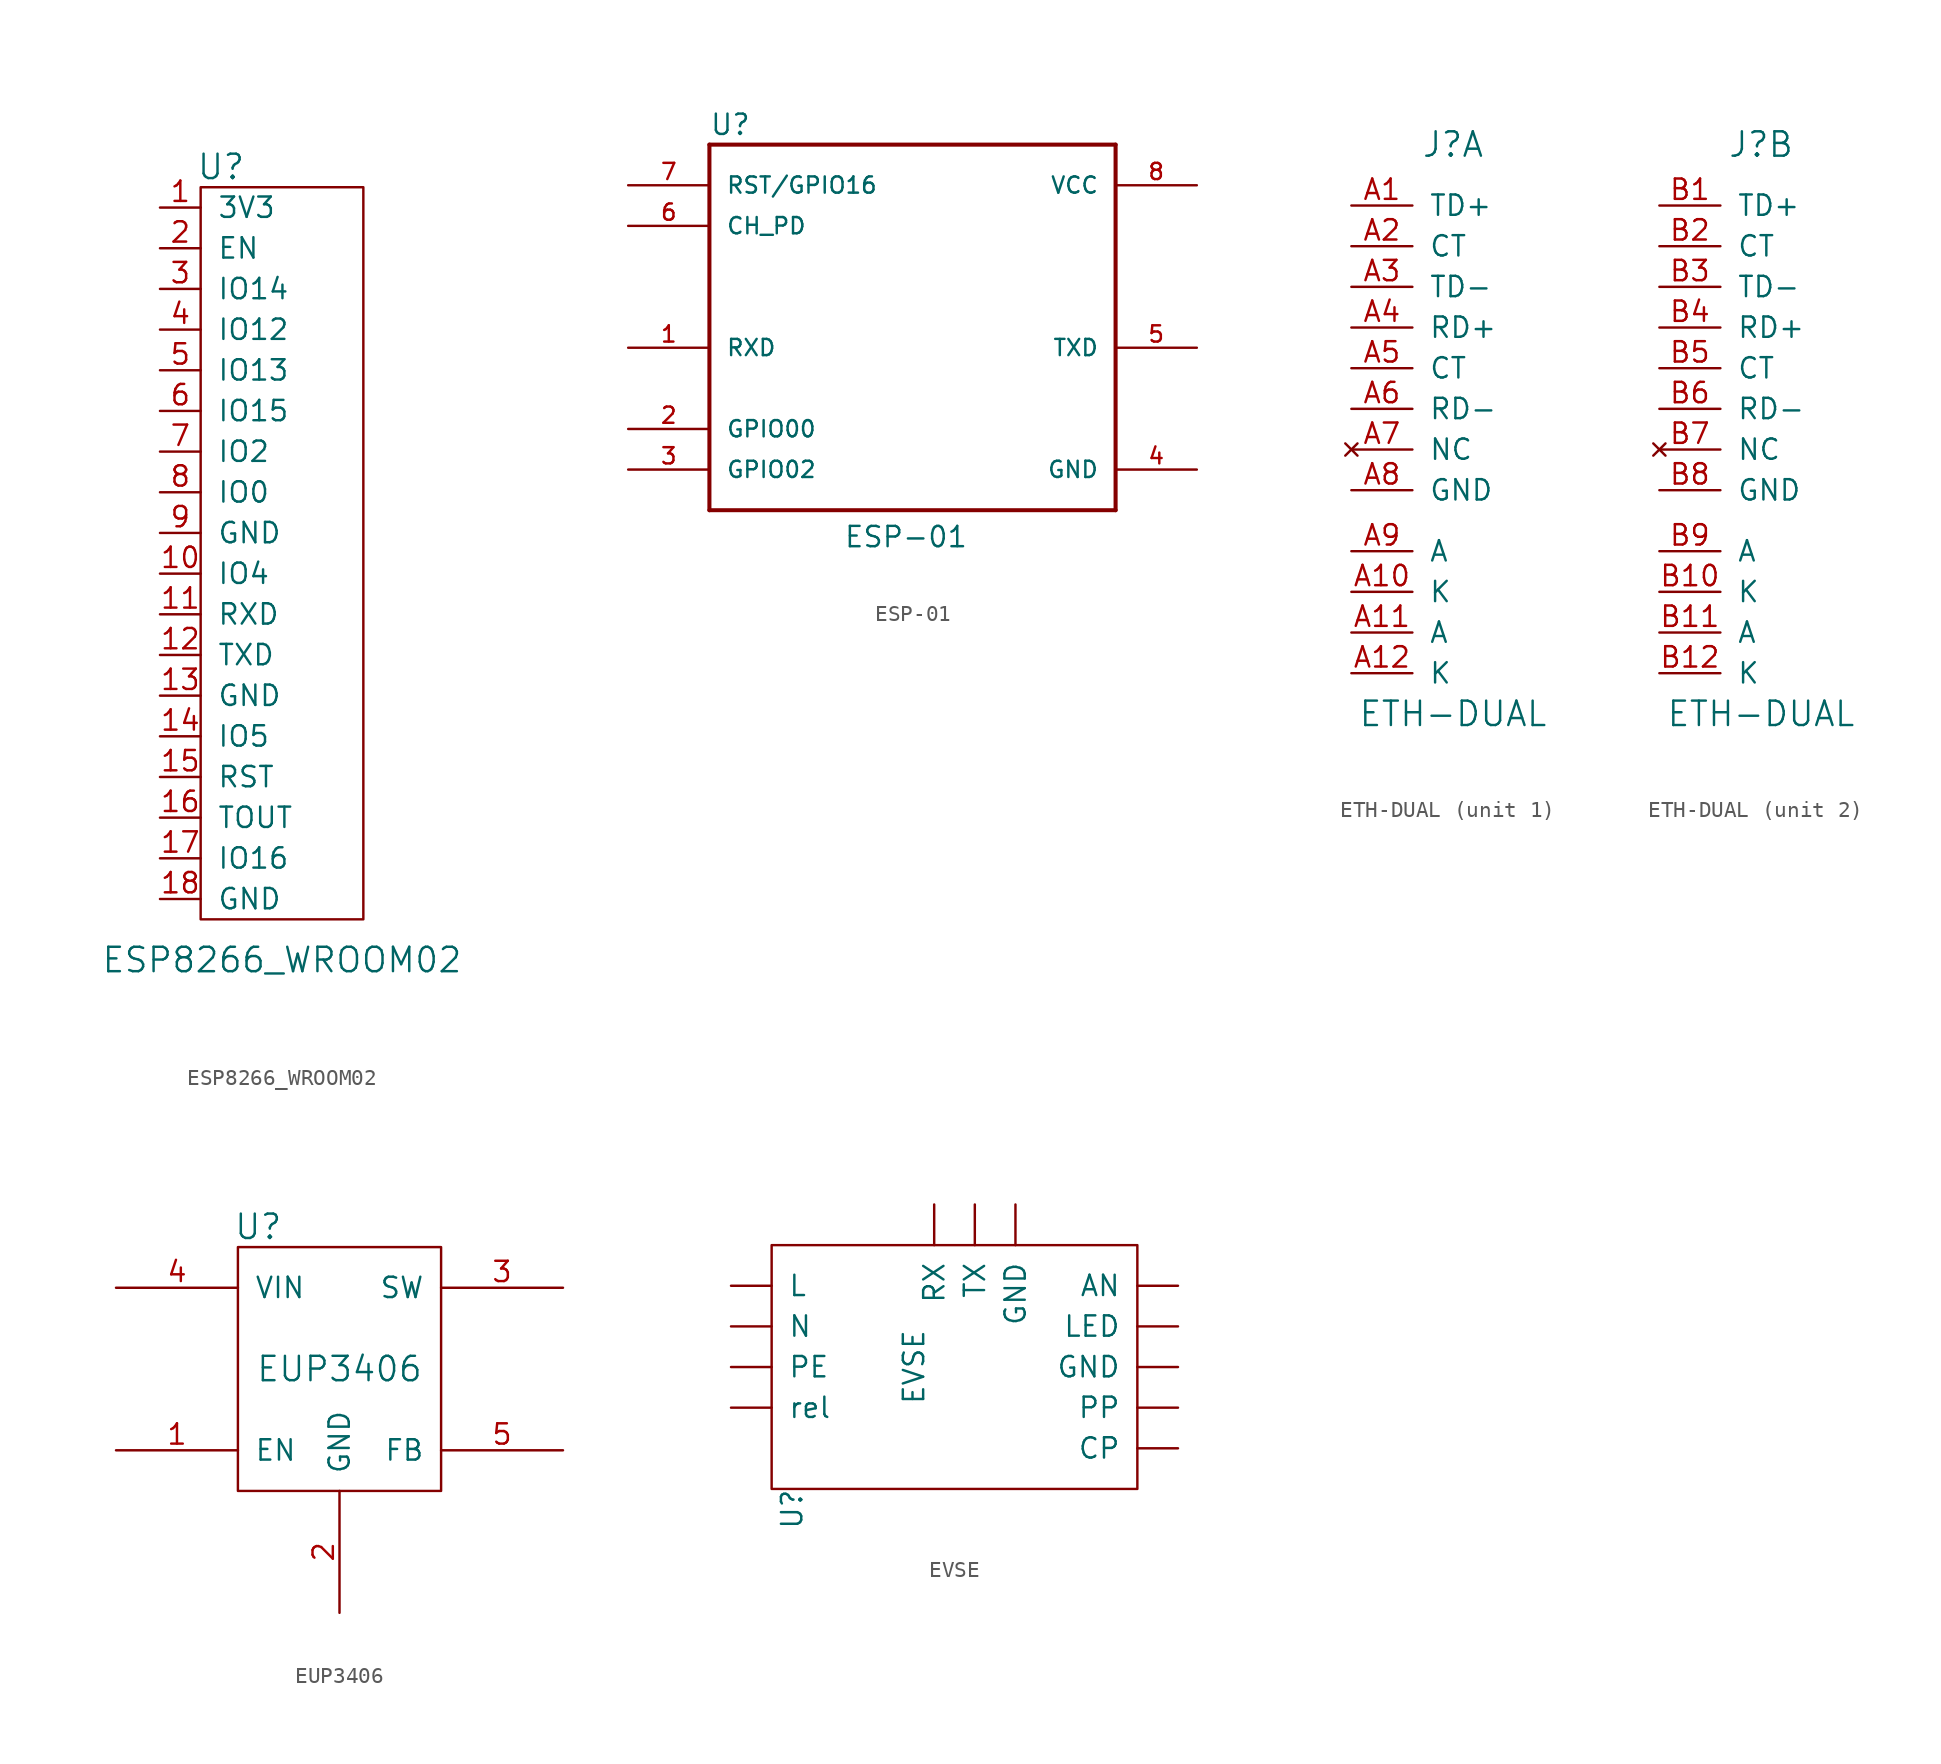
<source format=kicad_sym>
(kicad_symbol_lib
  (version 20210619)
  (generator kicad_symbol_editor)
  (symbol "tinkerforge:ESP8266_WROOM02"
    (pin_names
      (offset 1.016))
    (property "Reference" "U"
      (at 0 24.13 0)
      (effects (font (size 1.524 1.524))))
    (property "Value" "ESP8266_WROOM02"
      (at 3.81 -25.4 0)
      (effects (font (size 1.524 1.524))))
    (property "Footprint" ""
      (at 0 -1.27 0)
      (effects (font (size 1.524 1.524))))
    (property "Datasheet" ""
      (at 0 -1.27 0)
      (effects (font (size 1.524 1.524))))
    (symbol "ESP8266_WROOM02_0_1"
      (rectangle (start -1.27 22.86) (end 8.89 -22.86) (stroke (width 0)) (fill (type none))))
    (symbol "ESP8266_WROOM02_1_1"
      (pin passive line (at -3.81 21.59 0) (length 2.54) (name "3V3" (effects (font (size 1.27 1.27)))) (number "1" (effects (font (size 1.27 1.27)))))
      (pin passive line (at -3.81 -1.27 0) (length 2.54) (name "IO4" (effects (font (size 1.27 1.27)))) (number "10" (effects (font (size 1.27 1.27)))))
      (pin passive line (at -3.81 -3.81 0) (length 2.54) (name "RXD" (effects (font (size 1.27 1.27)))) (number "11" (effects (font (size 1.27 1.27)))))
      (pin passive line (at -3.81 -6.35 0) (length 2.54) (name "TXD" (effects (font (size 1.27 1.27)))) (number "12" (effects (font (size 1.27 1.27)))))
      (pin passive line (at -3.81 -8.89 0) (length 2.54) (name "GND" (effects (font (size 1.27 1.27)))) (number "13" (effects (font (size 1.27 1.27)))))
      (pin passive line (at -3.81 -11.43 0) (length 2.54) (name "IO5" (effects (font (size 1.27 1.27)))) (number "14" (effects (font (size 1.27 1.27)))))
      (pin passive line (at -3.81 -13.97 0) (length 2.54) (name "RST" (effects (font (size 1.27 1.27)))) (number "15" (effects (font (size 1.27 1.27)))))
      (pin passive line (at -3.81 -16.51 0) (length 2.54) (name "TOUT" (effects (font (size 1.27 1.27)))) (number "16" (effects (font (size 1.27 1.27)))))
      (pin passive line (at -3.81 -19.05 0) (length 2.54) (name "IO16" (effects (font (size 1.27 1.27)))) (number "17" (effects (font (size 1.27 1.27)))))
      (pin passive line (at -3.81 -21.59 0) (length 2.54) (name "GND" (effects (font (size 1.27 1.27)))) (number "18" (effects (font (size 1.27 1.27)))))
      (pin passive line (at -3.81 19.05 0) (length 2.54) (name "EN" (effects (font (size 1.27 1.27)))) (number "2" (effects (font (size 1.27 1.27)))))
      (pin passive line (at -3.81 16.51 0) (length 2.54) (name "IO14" (effects (font (size 1.27 1.27)))) (number "3" (effects (font (size 1.27 1.27)))))
      (pin passive line (at -3.81 13.97 0) (length 2.54) (name "IO12" (effects (font (size 1.27 1.27)))) (number "4" (effects (font (size 1.27 1.27)))))
      (pin passive line (at -3.81 11.43 0) (length 2.54) (name "IO13" (effects (font (size 1.27 1.27)))) (number "5" (effects (font (size 1.27 1.27)))))
      (pin passive line (at -3.81 8.89 0) (length 2.54) (name "IO15" (effects (font (size 1.27 1.27)))) (number "6" (effects (font (size 1.27 1.27)))))
      (pin passive line (at -3.81 6.35 0) (length 2.54) (name "IO2" (effects (font (size 1.27 1.27)))) (number "7" (effects (font (size 1.27 1.27)))))
      (pin passive line (at -3.81 3.81 0) (length 2.54) (name "IO0" (effects (font (size 1.27 1.27)))) (number "8" (effects (font (size 1.27 1.27)))))
      (pin passive line (at -3.81 1.27 0) (length 2.54) (name "GND" (effects (font (size 1.27 1.27)))) (number "9" (effects (font (size 1.27 1.27)))))))
  (symbol "tinkerforge:ESP-01"
    (pin_names
      (offset 1.016))
    (property "Reference" "U"
      (at -12.7 13.208 0)
      (effects (font (size 1.27 1.27)) (justify left bottom)))
    (property "Value" "ESP-01"
      (at -4.318 -12.573 0)
      (effects (font (size 1.27 1.27)) (justify left bottom)))
    (property "ki_locked" ""
      (at 0 0 0)
      (effects (font (size 1.27 1.27))))
    (symbol "ESP-01_0_0"
      (polyline (pts (xy -12.7 -10.16) (xy -12.7 12.7)) (stroke (width 0.254)) (fill (type none)))
      (polyline (pts (xy -12.7 12.7) (xy 12.7 12.7)) (stroke (width 0.254)) (fill (type none)))
      (polyline (pts (xy 12.7 -10.16) (xy -12.7 -10.16)) (stroke (width 0.254)) (fill (type none)))
      (polyline (pts (xy 12.7 12.7) (xy 12.7 -10.16)) (stroke (width 0.254)) (fill (type none)))
      (pin input line (at -17.78 0 0) (length 5.08) (name "RXD" (effects (font (size 1.016 1.016)))) (number "1" (effects (font (size 1.016 1.016)))))
      (pin bidirectional line (at -17.78 -5.08 0) (length 5.08) (name "GPIO00" (effects (font (size 1.016 1.016)))) (number "2" (effects (font (size 1.016 1.016)))))
      (pin bidirectional line (at -17.78 -7.62 0) (length 5.08) (name "GPIO02" (effects (font (size 1.016 1.016)))) (number "3" (effects (font (size 1.016 1.016)))))
      (pin power_in line (at 17.78 -7.62 180) (length 5.08) (name "GND" (effects (font (size 1.016 1.016)))) (number "4" (effects (font (size 1.016 1.016)))))
      (pin output line (at 17.78 0 180) (length 5.08) (name "TXD" (effects (font (size 1.016 1.016)))) (number "5" (effects (font (size 1.016 1.016)))))
      (pin input line (at -17.78 7.62 0) (length 5.08) (name "CH_PD" (effects (font (size 1.016 1.016)))) (number "6" (effects (font (size 1.016 1.016)))))
      (pin input line (at -17.78 10.16 0) (length 5.08) (name "RST/GPIO16" (effects (font (size 1.016 1.016)))) (number "7" (effects (font (size 1.016 1.016)))))
      (pin power_in line (at 17.78 10.16 180) (length 5.08) (name "VCC" (effects (font (size 1.016 1.016)))) (number "8" (effects (font (size 1.016 1.016)))))))
  (symbol "tinkerforge:ETH-DUAL"
    (pin_names
      (offset 1.016))
    (property "Reference" "J"
      (at 2.54 12.7 0)
      (effects (font (size 1.524 1.524))))
    (property "Value" "ETH-DUAL"
      (at 2.54 -22.86 0)
      (effects (font (size 1.524 1.524))))
    (property "Footprint" ""
      (at 0 0 0)
      (effects (font (size 1.524 1.524))))
    (property "Datasheet" ""
      (at 0 0 0)
      (effects (font (size 1.524 1.524))))
    (symbol "ETH-DUAL_1_1"
      (pin passive line (at -3.81 8.89 0) (length 3.81) (name "TD+" (effects (font (size 1.27 1.27)))) (number "A1" (effects (font (size 1.27 1.27)))))
      (pin passive line (at -3.81 -15.24 0) (length 3.81) (name "K" (effects (font (size 1.27 1.27)))) (number "A10" (effects (font (size 1.27 1.27)))))
      (pin passive line (at -3.81 -17.78 0) (length 3.81) (name "A" (effects (font (size 1.27 1.27)))) (number "A11" (effects (font (size 1.27 1.27)))))
      (pin passive line (at -3.81 -20.32 0) (length 3.81) (name "K" (effects (font (size 1.27 1.27)))) (number "A12" (effects (font (size 1.27 1.27)))))
      (pin passive line (at -3.81 6.35 0) (length 3.81) (name "CT" (effects (font (size 1.27 1.27)))) (number "A2" (effects (font (size 1.27 1.27)))))
      (pin passive line (at -3.81 3.81 0) (length 3.81) (name "TD-" (effects (font (size 1.27 1.27)))) (number "A3" (effects (font (size 1.27 1.27)))))
      (pin passive line (at -3.81 1.27 0) (length 3.81) (name "RD+" (effects (font (size 1.27 1.27)))) (number "A4" (effects (font (size 1.27 1.27)))))
      (pin passive line (at -3.81 -1.27 0) (length 3.81) (name "CT" (effects (font (size 1.27 1.27)))) (number "A5" (effects (font (size 1.27 1.27)))))
      (pin passive line (at -3.81 -3.81 0) (length 3.81) (name "RD-" (effects (font (size 1.27 1.27)))) (number "A6" (effects (font (size 1.27 1.27)))))
      (pin no_connect line (at -3.81 -6.35 0) (length 3.81) (name "NC" (effects (font (size 1.27 1.27)))) (number "A7" (effects (font (size 1.27 1.27)))))
      (pin passive line (at -3.81 -8.89 0) (length 3.81) (name "GND" (effects (font (size 1.27 1.27)))) (number "A8" (effects (font (size 1.27 1.27)))))
      (pin passive line (at -3.81 -12.7 0) (length 3.81) (name "A" (effects (font (size 1.27 1.27)))) (number "A9" (effects (font (size 1.27 1.27))))))
    (symbol "ETH-DUAL_2_1"
      (pin passive line (at -3.81 8.89 0) (length 3.81) (name "TD+" (effects (font (size 1.27 1.27)))) (number "B1" (effects (font (size 1.27 1.27)))))
      (pin passive line (at -3.81 -15.24 0) (length 3.81) (name "K" (effects (font (size 1.27 1.27)))) (number "B10" (effects (font (size 1.27 1.27)))))
      (pin passive line (at -3.81 -17.78 0) (length 3.81) (name "A" (effects (font (size 1.27 1.27)))) (number "B11" (effects (font (size 1.27 1.27)))))
      (pin passive line (at -3.81 -20.32 0) (length 3.81) (name "K" (effects (font (size 1.27 1.27)))) (number "B12" (effects (font (size 1.27 1.27)))))
      (pin passive line (at -3.81 6.35 0) (length 3.81) (name "CT" (effects (font (size 1.27 1.27)))) (number "B2" (effects (font (size 1.27 1.27)))))
      (pin passive line (at -3.81 3.81 0) (length 3.81) (name "TD-" (effects (font (size 1.27 1.27)))) (number "B3" (effects (font (size 1.27 1.27)))))
      (pin passive line (at -3.81 1.27 0) (length 3.81) (name "RD+" (effects (font (size 1.27 1.27)))) (number "B4" (effects (font (size 1.27 1.27)))))
      (pin passive line (at -3.81 -1.27 0) (length 3.81) (name "CT" (effects (font (size 1.27 1.27)))) (number "B5" (effects (font (size 1.27 1.27)))))
      (pin passive line (at -3.81 -3.81 0) (length 3.81) (name "RD-" (effects (font (size 1.27 1.27)))) (number "B6" (effects (font (size 1.27 1.27)))))
      (pin no_connect line (at -3.81 -6.35 0) (length 3.81) (name "NC" (effects (font (size 1.27 1.27)))) (number "B7" (effects (font (size 1.27 1.27)))))
      (pin passive line (at -3.81 -8.89 0) (length 3.81) (name "GND" (effects (font (size 1.27 1.27)))) (number "B8" (effects (font (size 1.27 1.27)))))
      (pin passive line (at -3.81 -12.7 0) (length 3.81) (name "A" (effects (font (size 1.27 1.27)))) (number "B9" (effects (font (size 1.27 1.27)))))))
  (symbol "tinkerforge:EUP3406"
    (pin_names
      (offset 1.016))
    (property "Reference" "U"
      (at -5.08 8.89 0)
      (effects (font (size 1.524 1.524))))
    (property "Value" "EUP3406"
      (at 0 0 0)
      (effects (font (size 1.524 1.524))))
    (property "Footprint" ""
      (at 0 0 0)
      (effects (font (size 1.524 1.524))))
    (property "Datasheet" ""
      (at 0 0 0)
      (effects (font (size 1.524 1.524))))
    (symbol "EUP3406_0_1"
      (rectangle (start -6.35 7.62) (end 6.35 -7.62) (stroke (width 0)) (fill (type none))))
    (symbol "EUP3406_1_1"
      (pin input line (at -13.97 -5.08 0) (length 7.62) (name "EN" (effects (font (size 1.27 1.27)))) (number "1" (effects (font (size 1.27 1.27)))))
      (pin power_in line (at 0 -15.24 90) (length 7.62) (name "GND" (effects (font (size 1.27 1.27)))) (number "2" (effects (font (size 1.27 1.27)))))
      (pin power_out line (at 13.97 5.08 180) (length 7.62) (name "SW" (effects (font (size 1.27 1.27)))) (number "3" (effects (font (size 1.27 1.27)))))
      (pin power_in line (at -13.97 5.08 0) (length 7.62) (name "VIN" (effects (font (size 1.27 1.27)))) (number "4" (effects (font (size 1.27 1.27)))))
      (pin input line (at 13.97 -5.08 180) (length 7.62) (name "FB" (effects (font (size 1.27 1.27)))) (number "5" (effects (font (size 1.27 1.27)))))))
  (symbol "tinkerforge:EVSE"
    (pin_names
      (offset 1.016))
    (property "Reference" "U"
      (at -8.89 -16.51 90)
      (effects (font (size 1.27 1.27))))
    (property "Value" "EVSE"
      (at -1.27 -7.62 90)
      (effects (font (size 1.27 1.27))))
    (symbol "EVSE_0_1"
      (rectangle (start -10.16 0) (end 12.7 -15.24) (stroke (width 0)) (fill (type none))))
    (symbol "EVSE_1_1"
      (pin output line (at 15.24 -2.54 180) (length 2.54) (name "AN" (effects (font (size 1.27 1.27)))) (number "~" (effects (font (size 1.27 1.27)))))
      (pin output line (at 15.24 -12.7 180) (length 2.54) (name "CP" (effects (font (size 1.27 1.27)))) (number "~" (effects (font (size 1.27 1.27)))))
      (pin output line (at 5.08 2.54 270) (length 2.54) (name "GND" (effects (font (size 1.27 1.27)))) (number "~" (effects (font (size 1.27 1.27)))))
      (pin output line (at 15.24 -7.62 180) (length 2.54) (name "GND" (effects (font (size 1.27 1.27)))) (number "~" (effects (font (size 1.27 1.27)))))
      (pin output line (at -12.7 -2.54 0) (length 2.54) (name "L" (effects (font (size 1.27 1.27)))) (number "~" (effects (font (size 1.27 1.27)))))
      (pin output line (at 15.24 -5.08 180) (length 2.54) (name "LED" (effects (font (size 1.27 1.27)))) (number "~" (effects (font (size 1.27 1.27)))))
      (pin output line (at -12.7 -5.08 0) (length 2.54) (name "N" (effects (font (size 1.27 1.27)))) (number "~" (effects (font (size 1.27 1.27)))))
      (pin output line (at -12.7 -7.62 0) (length 2.54) (name "PE" (effects (font (size 1.27 1.27)))) (number "~" (effects (font (size 1.27 1.27)))))
      (pin output line (at 15.24 -10.16 180) (length 2.54) (name "PP" (effects (font (size 1.27 1.27)))) (number "~" (effects (font (size 1.27 1.27)))))
      (pin output line (at -12.7 -10.16 0) (length 2.54) (name "rel" (effects (font (size 1.27 1.27)))) (number "~" (effects (font (size 1.27 1.27)))))
      (pin output line (at 0 2.54 270) (length 2.54) (name "RX" (effects (font (size 1.27 1.27)))) (number "~" (effects (font (size 1.27 1.27)))))
      (pin output line (at 2.54 2.54 270) (length 2.54) (name "TX" (effects (font (size 1.27 1.27)))) (number "~" (effects (font (size 1.27 1.27))))))))
</source>
